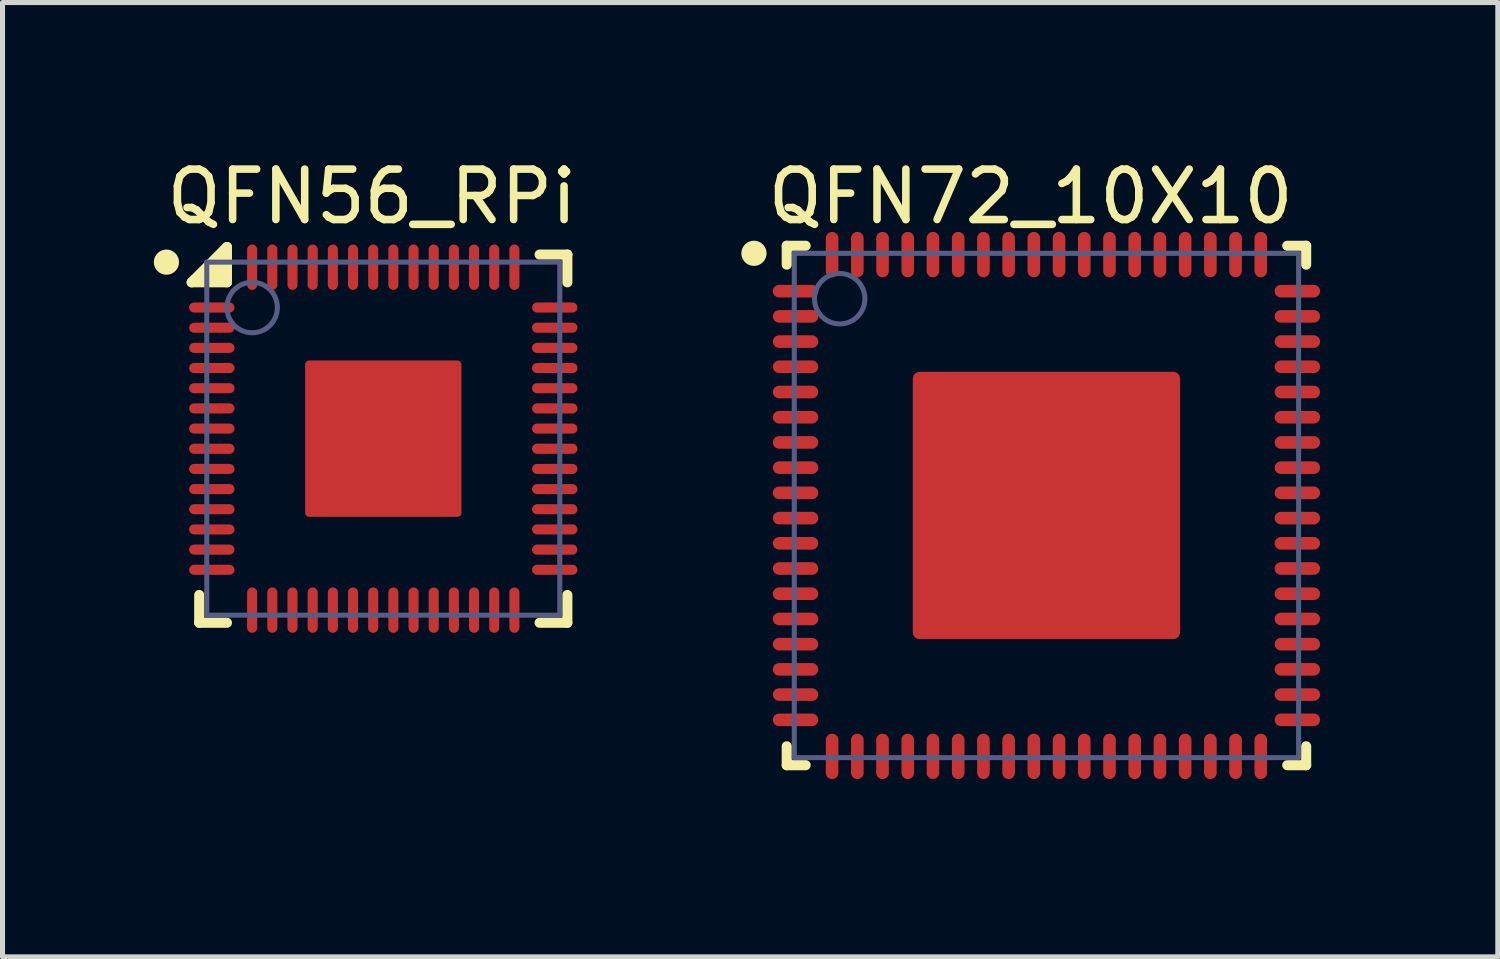
<source format=kicad_pcb>
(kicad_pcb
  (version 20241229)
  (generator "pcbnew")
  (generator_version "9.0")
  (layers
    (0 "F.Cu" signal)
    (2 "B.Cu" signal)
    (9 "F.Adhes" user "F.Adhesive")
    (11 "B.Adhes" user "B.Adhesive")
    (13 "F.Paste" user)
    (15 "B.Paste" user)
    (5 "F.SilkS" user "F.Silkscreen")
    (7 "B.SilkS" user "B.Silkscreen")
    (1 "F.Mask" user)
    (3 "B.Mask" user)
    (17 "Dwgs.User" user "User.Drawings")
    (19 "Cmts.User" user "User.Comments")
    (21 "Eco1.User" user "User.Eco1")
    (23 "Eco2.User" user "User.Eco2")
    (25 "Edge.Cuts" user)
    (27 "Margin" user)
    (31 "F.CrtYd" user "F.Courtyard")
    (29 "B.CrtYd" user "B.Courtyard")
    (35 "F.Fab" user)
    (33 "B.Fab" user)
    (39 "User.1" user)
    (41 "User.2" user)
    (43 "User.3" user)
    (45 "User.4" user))
  (footprint "QFN56_RPi"
    (layer "F.Cu")
    (at 4.55 5.648)
    (property "Reference" "QFN56_RPi" (at -0.225 -4.8 0) (layer "F.SilkS") (effects (font (size 1 1) (thickness 0.15))))
    (fp_line (start -3.8 -3.1) (end -3.1 -3.8) (stroke (width 0.2) (type solid)) (layer "F.SilkS"))
    (fp_line (start -3.8 -3.1) (end -3.1 -3.1) (stroke (width 0.2) (type solid)) (layer "F.SilkS"))
    (fp_line (start -3.65 3.65) (end -3.65 3.1) (stroke (width 0.2) (type solid)) (layer "F.SilkS"))
    (fp_line (start -3.65 3.65) (end -3.1 3.65) (stroke (width 0.2) (type solid)) (layer "F.SilkS"))
    (fp_line (start -3.1 -3.1) (end -3.1 -3.8) (stroke (width 0.2) (type solid)) (layer "F.SilkS"))
    (fp_line (start 3.1 -3.65) (end 3.65 -3.65) (stroke (width 0.2) (type solid)) (layer "F.SilkS"))
    (fp_line (start 3.1 3.65) (end 3.65 3.65) (stroke (width 0.2) (type solid)) (layer "F.SilkS"))
    (fp_line (start 3.65 -3.1) (end 3.65 -3.65) (stroke (width 0.2) (type solid)) (layer "F.SilkS"))
    (fp_line (start 3.65 3.65) (end 3.65 3.1) (stroke (width 0.2) (type solid)) (layer "F.SilkS"))
    (fp_circle (center -4.3 -3.5) (end -4.3 -3.625) (stroke (width 0.25) (type solid)) (fill no) (layer "F.SilkS"))
    (fp_poly (pts (xy -3.8 -3.1) (xy -3.1 -3.8) (xy -3.1 -3.1)) (stroke (width 0) (type default)) (fill yes) (layer "F.SilkS"))
    (fp_line (start -3.5 -3.5) (end 3.5 -3.5) (stroke (width 0.1) (type solid)) (layer "B.Fab"))
    (fp_line (start -3.5 3.5) (end -3.5 -3.5) (stroke (width 0.1) (type solid)) (layer "B.Fab"))
    (fp_line (start -3.5 3.5) (end 3.5 3.5) (stroke (width 0.1) (type solid)) (layer "B.Fab"))
    (fp_line (start 3.5 3.5) (end 3.5 -3.5) (stroke (width 0.1) (type solid)) (layer "B.Fab"))
    (fp_circle (center -2.6 -2.6) (end -2.6 -3.1) (stroke (width 0.1) (type solid)) (fill no) (layer "B.Fab"))
    (fp_line (start -4.075 -4.075) (end 4.075 -4.075) (stroke (width 0.05) (type solid)) (layer "User.4"))
    (fp_line (start -4.075 4.075) (end -4.075 -4.075) (stroke (width 0.05) (type solid)) (layer "User.4"))
    (fp_line (start -4.075 4.075) (end 4.075 4.075) (stroke (width 0.05) (type solid)) (layer "User.4"))
    (fp_line (start -0.5 0) (end 0.5 0) (stroke (width 0.1) (type solid)) (layer "User.4"))
    (fp_line (start 0 0.5) (end 0 -0.5) (stroke (width 0.1) (type solid)) (layer "User.4"))
    (fp_line (start 4.075 4.075) (end 4.075 -4.075) (stroke (width 0.05) (type solid)) (layer "User.4"))
    (pad "1" smd oval (at -3.4 -2.6 90) (size 0.2 0.9) (layers "F.Cu" "F.Mask" "F.Paste"))
    (pad "2" smd oval (at -3.4 -2.2 90) (size 0.2 0.9) (layers "F.Cu" "F.Mask" "F.Paste"))
    (pad "3" smd oval (at -3.4 -1.8 90) (size 0.2 0.9) (layers "F.Cu" "F.Mask" "F.Paste"))
    (pad "4" smd oval (at -3.4 -1.4 90) (size 0.2 0.9) (layers "F.Cu" "F.Mask" "F.Paste"))
    (pad "5" smd oval (at -3.4 -1 90) (size 0.2 0.9) (layers "F.Cu" "F.Mask" "F.Paste"))
    (pad "6" smd oval (at -3.4 -0.6 90) (size 0.2 0.9) (layers "F.Cu" "F.Mask" "F.Paste"))
    (pad "7" smd oval (at -3.4 -0.2 90) (size 0.2 0.9) (layers "F.Cu" "F.Mask" "F.Paste"))
    (pad "8" smd oval (at -3.4 0.2 90) (size 0.2 0.9) (layers "F.Cu" "F.Mask" "F.Paste"))
    (pad "9" smd oval (at -3.4 0.6 90) (size 0.2 0.9) (layers "F.Cu" "F.Mask" "F.Paste"))
    (pad "10" smd oval (at -3.4 1 90) (size 0.2 0.9) (layers "F.Cu" "F.Mask" "F.Paste"))
    (pad "11" smd oval (at -3.4 1.4 90) (size 0.2 0.9) (layers "F.Cu" "F.Mask" "F.Paste"))
    (pad "12" smd oval (at -3.4 1.8 90) (size 0.2 0.9) (layers "F.Cu" "F.Mask" "F.Paste"))
    (pad "13" smd oval (at -3.4 2.2 90) (size 0.2 0.9) (layers "F.Cu" "F.Mask" "F.Paste"))
    (pad "14" smd oval (at -3.4 2.6 90) (size 0.2 0.9) (layers "F.Cu" "F.Mask" "F.Paste"))
    (pad "15" smd oval (at -2.6 3.4) (size 0.2 0.9) (layers "F.Cu" "F.Mask" "F.Paste"))
    (pad "16" smd oval (at -2.2 3.4) (size 0.2 0.9) (layers "F.Cu" "F.Mask" "F.Paste"))
    (pad "17" smd oval (at -1.8 3.4) (size 0.2 0.9) (layers "F.Cu" "F.Mask" "F.Paste"))
    (pad "18" smd oval (at -1.4 3.4) (size 0.2 0.9) (layers "F.Cu" "F.Mask" "F.Paste"))
    (pad "19" smd oval (at -1 3.4) (size 0.2 0.9) (layers "F.Cu" "F.Mask" "F.Paste"))
    (pad "20" smd oval (at -0.6 3.4) (size 0.2 0.9) (layers "F.Cu" "F.Mask" "F.Paste"))
    (pad "21" smd oval (at -0.2 3.4) (size 0.2 0.9) (layers "F.Cu" "F.Mask" "F.Paste"))
    (pad "22" smd oval (at 0.2 3.4) (size 0.2 0.9) (layers "F.Cu" "F.Mask" "F.Paste"))
    (pad "23" smd oval (at 0.6 3.4) (size 0.2 0.9) (layers "F.Cu" "F.Mask" "F.Paste"))
    (pad "24" smd oval (at 1 3.4) (size 0.2 0.9) (layers "F.Cu" "F.Mask" "F.Paste"))
    (pad "25" smd oval (at 1.4 3.4) (size 0.2 0.9) (layers "F.Cu" "F.Mask" "F.Paste"))
    (pad "26" smd oval (at 1.8 3.4) (size 0.2 0.9) (layers "F.Cu" "F.Mask" "F.Paste"))
    (pad "27" smd oval (at 2.2 3.4) (size 0.2 0.9) (layers "F.Cu" "F.Mask" "F.Paste"))
    (pad "28" smd oval (at 2.6 3.4) (size 0.2 0.9) (layers "F.Cu" "F.Mask" "F.Paste"))
    (pad "29" smd oval (at 3.4 2.6 90) (size 0.2 0.9) (layers "F.Cu" "F.Mask" "F.Paste"))
    (pad "30" smd oval (at 3.4 2.2 90) (size 0.2 0.9) (layers "F.Cu" "F.Mask" "F.Paste"))
    (pad "31" smd oval (at 3.4 1.8 90) (size 0.2 0.9) (layers "F.Cu" "F.Mask" "F.Paste"))
    (pad "32" smd oval (at 3.4 1.4 90) (size 0.2 0.9) (layers "F.Cu" "F.Mask" "F.Paste"))
    (pad "33" smd oval (at 3.4 1 90) (size 0.2 0.9) (layers "F.Cu" "F.Mask" "F.Paste"))
    (pad "34" smd oval (at 3.4 0.6 90) (size 0.2 0.9) (layers "F.Cu" "F.Mask" "F.Paste"))
    (pad "35" smd oval (at 3.4 0.2 90) (size 0.2 0.9) (layers "F.Cu" "F.Mask" "F.Paste"))
    (pad "36" smd oval (at 3.4 -0.2 90) (size 0.2 0.9) (layers "F.Cu" "F.Mask" "F.Paste"))
    (pad "37" smd oval (at 3.4 -0.6 90) (size 0.2 0.9) (layers "F.Cu" "F.Mask" "F.Paste"))
    (pad "38" smd oval (at 3.4 -1 90) (size 0.2 0.9) (layers "F.Cu" "F.Mask" "F.Paste"))
    (pad "39" smd oval (at 3.4 -1.4 90) (size 0.2 0.9) (layers "F.Cu" "F.Mask" "F.Paste"))
    (pad "40" smd oval (at 3.4 -1.8 90) (size 0.2 0.9) (layers "F.Cu" "F.Mask" "F.Paste"))
    (pad "41" smd oval (at 3.4 -2.2 90) (size 0.2 0.9) (layers "F.Cu" "F.Mask" "F.Paste"))
    (pad "42" smd oval (at 3.4 -2.6 90) (size 0.2 0.9) (layers "F.Cu" "F.Mask" "F.Paste"))
    (pad "43" smd oval (at 2.6 -3.4) (size 0.2 0.9) (layers "F.Cu" "F.Mask" "F.Paste"))
    (pad "44" smd oval (at 2.2 -3.4) (size 0.2 0.9) (layers "F.Cu" "F.Mask" "F.Paste"))
    (pad "45" smd oval (at 1.8 -3.4) (size 0.2 0.9) (layers "F.Cu" "F.Mask" "F.Paste"))
    (pad "46" smd oval (at 1.4 -3.4) (size 0.2 0.9) (layers "F.Cu" "F.Mask" "F.Paste"))
    (pad "47" smd oval (at 1 -3.4) (size 0.2 0.9) (layers "F.Cu" "F.Mask" "F.Paste"))
    (pad "48" smd oval (at 0.6 -3.4) (size 0.2 0.9) (layers "F.Cu" "F.Mask" "F.Paste"))
    (pad "49" smd oval (at 0.2 -3.4) (size 0.2 0.9) (layers "F.Cu" "F.Mask" "F.Paste"))
    (pad "50" smd oval (at -0.2 -3.4) (size 0.2 0.9) (layers "F.Cu" "F.Mask" "F.Paste"))
    (pad "51" smd oval (at -0.6 -3.4) (size 0.2 0.9) (layers "F.Cu" "F.Mask" "F.Paste"))
    (pad "52" smd oval (at -1 -3.4) (size 0.2 0.9) (layers "F.Cu" "F.Mask" "F.Paste"))
    (pad "53" smd oval (at -1.4 -3.4) (size 0.2 0.9) (layers "F.Cu" "F.Mask" "F.Paste"))
    (pad "54" smd oval (at -1.8 -3.4) (size 0.2 0.9) (layers "F.Cu" "F.Mask" "F.Paste"))
    (pad "55" smd oval (at -2.2 -3.4) (size 0.2 0.9) (layers "F.Cu" "F.Mask" "F.Paste"))
    (pad "56" smd oval (at -2.6 -3.4) (size 0.2 0.9) (layers "F.Cu" "F.Mask" "F.Paste"))
    (pad "57" smd roundrect (at 0 0) (size 3.1 3.1) (layers "F.Cu" "F.Mask" "F.Paste") (roundrect_rratio 0.025)))
  (footprint "QFN72_10X10"
    (layer "F.Cu")
    (at 17.7 6.973)
    (property "Reference" "QFN72_10X10" (at -0.312 -6.125 0) (layer "F.SilkS") (effects (font (size 1 1) (thickness 0.15))))
    (fp_line (start -5.15 -5.15) (end -4.775 -5.15) (stroke (width 0.2) (type solid)) (layer "F.SilkS"))
    (fp_line (start -5.15 -4.775) (end -5.15 -5.15) (stroke (width 0.2) (type solid)) (layer "F.SilkS"))
    (fp_line (start -5.15 5.15) (end -5.15 4.775) (stroke (width 0.2) (type solid)) (layer "F.SilkS"))
    (fp_line (start -5.15 5.15) (end -4.775 5.15) (stroke (width 0.2) (type solid)) (layer "F.SilkS"))
    (fp_line (start 4.775 -5.15) (end 5.15 -5.15) (stroke (width 0.2) (type solid)) (layer "F.SilkS"))
    (fp_line (start 4.775 5.15) (end 5.15 5.15) (stroke (width 0.2) (type solid)) (layer "F.SilkS"))
    (fp_line (start 5.15 -4.775) (end 5.15 -5.15) (stroke (width 0.2) (type solid)) (layer "F.SilkS"))
    (fp_line (start 5.15 5.15) (end 5.15 4.775) (stroke (width 0.2) (type solid)) (layer "F.SilkS"))
    (fp_circle (center -5.8 -5) (end -5.8 -5.125) (stroke (width 0.25) (type solid)) (fill no) (layer "F.SilkS"))
    (fp_line (start -5.925 -5.925) (end 5.925 -5.925) (stroke (width 0.05) (type solid)) (layer "Eco2.User"))
    (fp_line (start -5.925 5.925) (end -5.925 -5.925) (stroke (width 0.05) (type solid)) (layer "Eco2.User"))
    (fp_line (start -5.925 5.925) (end 5.925 5.925) (stroke (width 0.05) (type solid)) (layer "Eco2.User"))
    (fp_line (start -0.5 0) (end 0.5 0) (stroke (width 0.1) (type solid)) (layer "Eco2.User"))
    (fp_line (start 0 0.5) (end 0 -0.5) (stroke (width 0.1) (type solid)) (layer "Eco2.User"))
    (fp_line (start 5.925 5.925) (end 5.925 -5.925) (stroke (width 0.05) (type solid)) (layer "Eco2.User"))
    (fp_line (start -5 -5) (end 5 -5) (stroke (width 0.1) (type solid)) (layer "B.Fab"))
    (fp_line (start -5 5) (end -5 -5) (stroke (width 0.1) (type solid)) (layer "B.Fab"))
    (fp_line (start -5 5) (end 5 5) (stroke (width 0.1) (type solid)) (layer "B.Fab"))
    (fp_line (start 5 5) (end 5 -5) (stroke (width 0.1) (type solid)) (layer "B.Fab"))
    (fp_circle (center -4.1 -4.1) (end -4.1 -4.6) (stroke (width 0.1) (type solid)) (fill no) (layer "B.Fab"))
    (pad "1" smd oval (at -4.975 -4.25 90) (size 0.25 0.9) (layers "F.Cu" "F.Mask" "F.Paste"))
    (pad "2" smd oval (at -4.975 -3.75 90) (size 0.25 0.9) (layers "F.Cu" "F.Mask" "F.Paste"))
    (pad "3" smd oval (at -4.975 -3.25 90) (size 0.25 0.9) (layers "F.Cu" "F.Mask" "F.Paste"))
    (pad "4" smd oval (at -4.975 -2.75 90) (size 0.25 0.9) (layers "F.Cu" "F.Mask" "F.Paste"))
    (pad "5" smd oval (at -4.975 -2.25 90) (size 0.25 0.9) (layers "F.Cu" "F.Mask" "F.Paste"))
    (pad "6" smd oval (at -4.975 -1.75 90) (size 0.25 0.9) (layers "F.Cu" "F.Mask" "F.Paste"))
    (pad "7" smd oval (at -4.975 -1.25 90) (size 0.25 0.9) (layers "F.Cu" "F.Mask" "F.Paste"))
    (pad "8" smd oval (at -4.975 -0.75 90) (size 0.25 0.9) (layers "F.Cu" "F.Mask" "F.Paste"))
    (pad "9" smd oval (at -4.975 -0.25 90) (size 0.25 0.9) (layers "F.Cu" "F.Mask" "F.Paste"))
    (pad "10" smd oval (at -4.975 0.25 90) (size 0.25 0.9) (layers "F.Cu" "F.Mask" "F.Paste"))
    (pad "11" smd oval (at -4.975 0.75 90) (size 0.25 0.9) (layers "F.Cu" "F.Mask" "F.Paste"))
    (pad "12" smd oval (at -4.975 1.25 90) (size 0.25 0.9) (layers "F.Cu" "F.Mask" "F.Paste"))
    (pad "13" smd oval (at -4.975 1.75 90) (size 0.25 0.9) (layers "F.Cu" "F.Mask" "F.Paste"))
    (pad "14" smd oval (at -4.975 2.25 90) (size 0.25 0.9) (layers "F.Cu" "F.Mask" "F.Paste"))
    (pad "15" smd oval (at -4.975 2.75 90) (size 0.25 0.9) (layers "F.Cu" "F.Mask" "F.Paste"))
    (pad "16" smd oval (at -4.975 3.25 90) (size 0.25 0.9) (layers "F.Cu" "F.Mask" "F.Paste"))
    (pad "17" smd oval (at -4.975 3.75 90) (size 0.25 0.9) (layers "F.Cu" "F.Mask" "F.Paste"))
    (pad "18" smd oval (at -4.975 4.25 90) (size 0.25 0.9) (layers "F.Cu" "F.Mask" "F.Paste"))
    (pad "19" smd oval (at -4.25 4.975) (size 0.25 0.9) (layers "F.Cu" "F.Mask" "F.Paste"))
    (pad "20" smd oval (at -3.75 4.975) (size 0.25 0.9) (layers "F.Cu" "F.Mask" "F.Paste"))
    (pad "21" smd oval (at -3.25 4.975) (size 0.25 0.9) (layers "F.Cu" "F.Mask" "F.Paste"))
    (pad "22" smd oval (at -2.75 4.975) (size 0.25 0.9) (layers "F.Cu" "F.Mask" "F.Paste"))
    (pad "23" smd oval (at -2.25 4.975) (size 0.25 0.9) (layers "F.Cu" "F.Mask" "F.Paste"))
    (pad "24" smd oval (at -1.75 4.975) (size 0.25 0.9) (layers "F.Cu" "F.Mask" "F.Paste"))
    (pad "25" smd oval (at -1.25 4.975) (size 0.25 0.9) (layers "F.Cu" "F.Mask" "F.Paste"))
    (pad "26" smd oval (at -0.75 4.975) (size 0.25 0.9) (layers "F.Cu" "F.Mask" "F.Paste"))
    (pad "27" smd oval (at -0.25 4.975) (size 0.25 0.9) (layers "F.Cu" "F.Mask" "F.Paste"))
    (pad "28" smd oval (at 0.25 4.975) (size 0.25 0.9) (layers "F.Cu" "F.Mask" "F.Paste"))
    (pad "29" smd oval (at 0.75 4.975) (size 0.25 0.9) (layers "F.Cu" "F.Mask" "F.Paste"))
    (pad "30" smd oval (at 1.25 4.975) (size 0.25 0.9) (layers "F.Cu" "F.Mask" "F.Paste"))
    (pad "31" smd oval (at 1.75 4.975) (size 0.25 0.9) (layers "F.Cu" "F.Mask" "F.Paste"))
    (pad "32" smd oval (at 2.25 4.975) (size 0.25 0.9) (layers "F.Cu" "F.Mask" "F.Paste"))
    (pad "33" smd oval (at 2.75 4.975) (size 0.25 0.9) (layers "F.Cu" "F.Mask" "F.Paste"))
    (pad "34" smd oval (at 3.25 4.975) (size 0.25 0.9) (layers "F.Cu" "F.Mask" "F.Paste"))
    (pad "35" smd oval (at 3.75 4.975) (size 0.25 0.9) (layers "F.Cu" "F.Mask" "F.Paste"))
    (pad "36" smd oval (at 4.25 4.975) (size 0.25 0.9) (layers "F.Cu" "F.Mask" "F.Paste"))
    (pad "37" smd oval (at 4.975 4.25 90) (size 0.25 0.9) (layers "F.Cu" "F.Mask" "F.Paste"))
    (pad "38" smd oval (at 4.975 3.75 90) (size 0.25 0.9) (layers "F.Cu" "F.Mask" "F.Paste"))
    (pad "39" smd oval (at 4.975 3.25 90) (size 0.25 0.9) (layers "F.Cu" "F.Mask" "F.Paste"))
    (pad "40" smd oval (at 4.975 2.75 90) (size 0.25 0.9) (layers "F.Cu" "F.Mask" "F.Paste"))
    (pad "41" smd oval (at 4.975 2.25 90) (size 0.25 0.9) (layers "F.Cu" "F.Mask" "F.Paste"))
    (pad "42" smd oval (at 4.975 1.75 90) (size 0.25 0.9) (layers "F.Cu" "F.Mask" "F.Paste"))
    (pad "43" smd oval (at 4.975 1.25 90) (size 0.25 0.9) (layers "F.Cu" "F.Mask" "F.Paste"))
    (pad "44" smd oval (at 4.975 0.75 90) (size 0.25 0.9) (layers "F.Cu" "F.Mask" "F.Paste"))
    (pad "45" smd oval (at 4.975 0.25 90) (size 0.25 0.9) (layers "F.Cu" "F.Mask" "F.Paste"))
    (pad "46" smd oval (at 4.975 -0.25 90) (size 0.25 0.9) (layers "F.Cu" "F.Mask" "F.Paste"))
    (pad "47" smd oval (at 4.975 -0.75 90) (size 0.25 0.9) (layers "F.Cu" "F.Mask" "F.Paste"))
    (pad "48" smd oval (at 4.975 -1.25 90) (size 0.25 0.9) (layers "F.Cu" "F.Mask" "F.Paste"))
    (pad "49" smd oval (at 4.975 -1.75 90) (size 0.25 0.9) (layers "F.Cu" "F.Mask" "F.Paste"))
    (pad "50" smd oval (at 4.975 -2.25 90) (size 0.25 0.9) (layers "F.Cu" "F.Mask" "F.Paste"))
    (pad "51" smd oval (at 4.975 -2.75 90) (size 0.25 0.9) (layers "F.Cu" "F.Mask" "F.Paste"))
    (pad "52" smd oval (at 4.975 -3.25 90) (size 0.25 0.9) (layers "F.Cu" "F.Mask" "F.Paste"))
    (pad "53" smd oval (at 4.975 -3.75 90) (size 0.25 0.9) (layers "F.Cu" "F.Mask" "F.Paste"))
    (pad "54" smd oval (at 4.975 -4.25 90) (size 0.25 0.9) (layers "F.Cu" "F.Mask" "F.Paste"))
    (pad "55" smd oval (at 4.25 -4.975) (size 0.25 0.9) (layers "F.Cu" "F.Mask" "F.Paste"))
    (pad "56" smd oval (at 3.75 -4.975) (size 0.25 0.9) (layers "F.Cu" "F.Mask" "F.Paste"))
    (pad "57" smd oval (at 3.25 -4.975) (size 0.25 0.9) (layers "F.Cu" "F.Mask" "F.Paste"))
    (pad "58" smd oval (at 2.75 -4.975) (size 0.25 0.9) (layers "F.Cu" "F.Mask" "F.Paste"))
    (pad "59" smd oval (at 2.25 -4.975) (size 0.25 0.9) (layers "F.Cu" "F.Mask" "F.Paste"))
    (pad "60" smd oval (at 1.75 -4.975) (size 0.25 0.9) (layers "F.Cu" "F.Mask" "F.Paste"))
    (pad "61" smd oval (at 1.25 -4.975) (size 0.25 0.9) (layers "F.Cu" "F.Mask" "F.Paste"))
    (pad "62" smd oval (at 0.75 -4.975) (size 0.25 0.9) (layers "F.Cu" "F.Mask" "F.Paste"))
    (pad "63" smd oval (at 0.25 -4.975) (size 0.25 0.9) (layers "F.Cu" "F.Mask" "F.Paste"))
    (pad "64" smd oval (at -0.25 -4.975) (size 0.25 0.9) (layers "F.Cu" "F.Mask" "F.Paste"))
    (pad "65" smd oval (at -0.75 -4.975) (size 0.25 0.9) (layers "F.Cu" "F.Mask" "F.Paste"))
    (pad "66" smd oval (at -1.25 -4.975) (size 0.25 0.9) (layers "F.Cu" "F.Mask" "F.Paste"))
    (pad "67" smd oval (at -1.75 -4.975) (size 0.25 0.9) (layers "F.Cu" "F.Mask" "F.Paste"))
    (pad "68" smd oval (at -2.25 -4.975) (size 0.25 0.9) (layers "F.Cu" "F.Mask" "F.Paste"))
    (pad "69" smd oval (at -2.75 -4.975) (size 0.25 0.9) (layers "F.Cu" "F.Mask" "F.Paste"))
    (pad "70" smd oval (at -3.25 -4.975) (size 0.25 0.9) (layers "F.Cu" "F.Mask" "F.Paste"))
    (pad "71" smd oval (at -3.75 -4.975) (size 0.25 0.9) (layers "F.Cu" "F.Mask" "F.Paste"))
    (pad "72" smd oval (at -4.25 -4.975) (size 0.25 0.9) (layers "F.Cu" "F.Mask" "F.Paste"))
    (pad "73" smd roundrect (at 0 0) (size 5.3 5.3) (layers "F.Cu" "F.Mask" "F.Paste") (roundrect_rratio 0.025)))
  (gr_rect
    (start -3 -3)
    (end 26.65 15.923)
    (stroke (width 0.1) (type default))
    (fill no)
    (layer "Edge.Cuts")))
</source>
